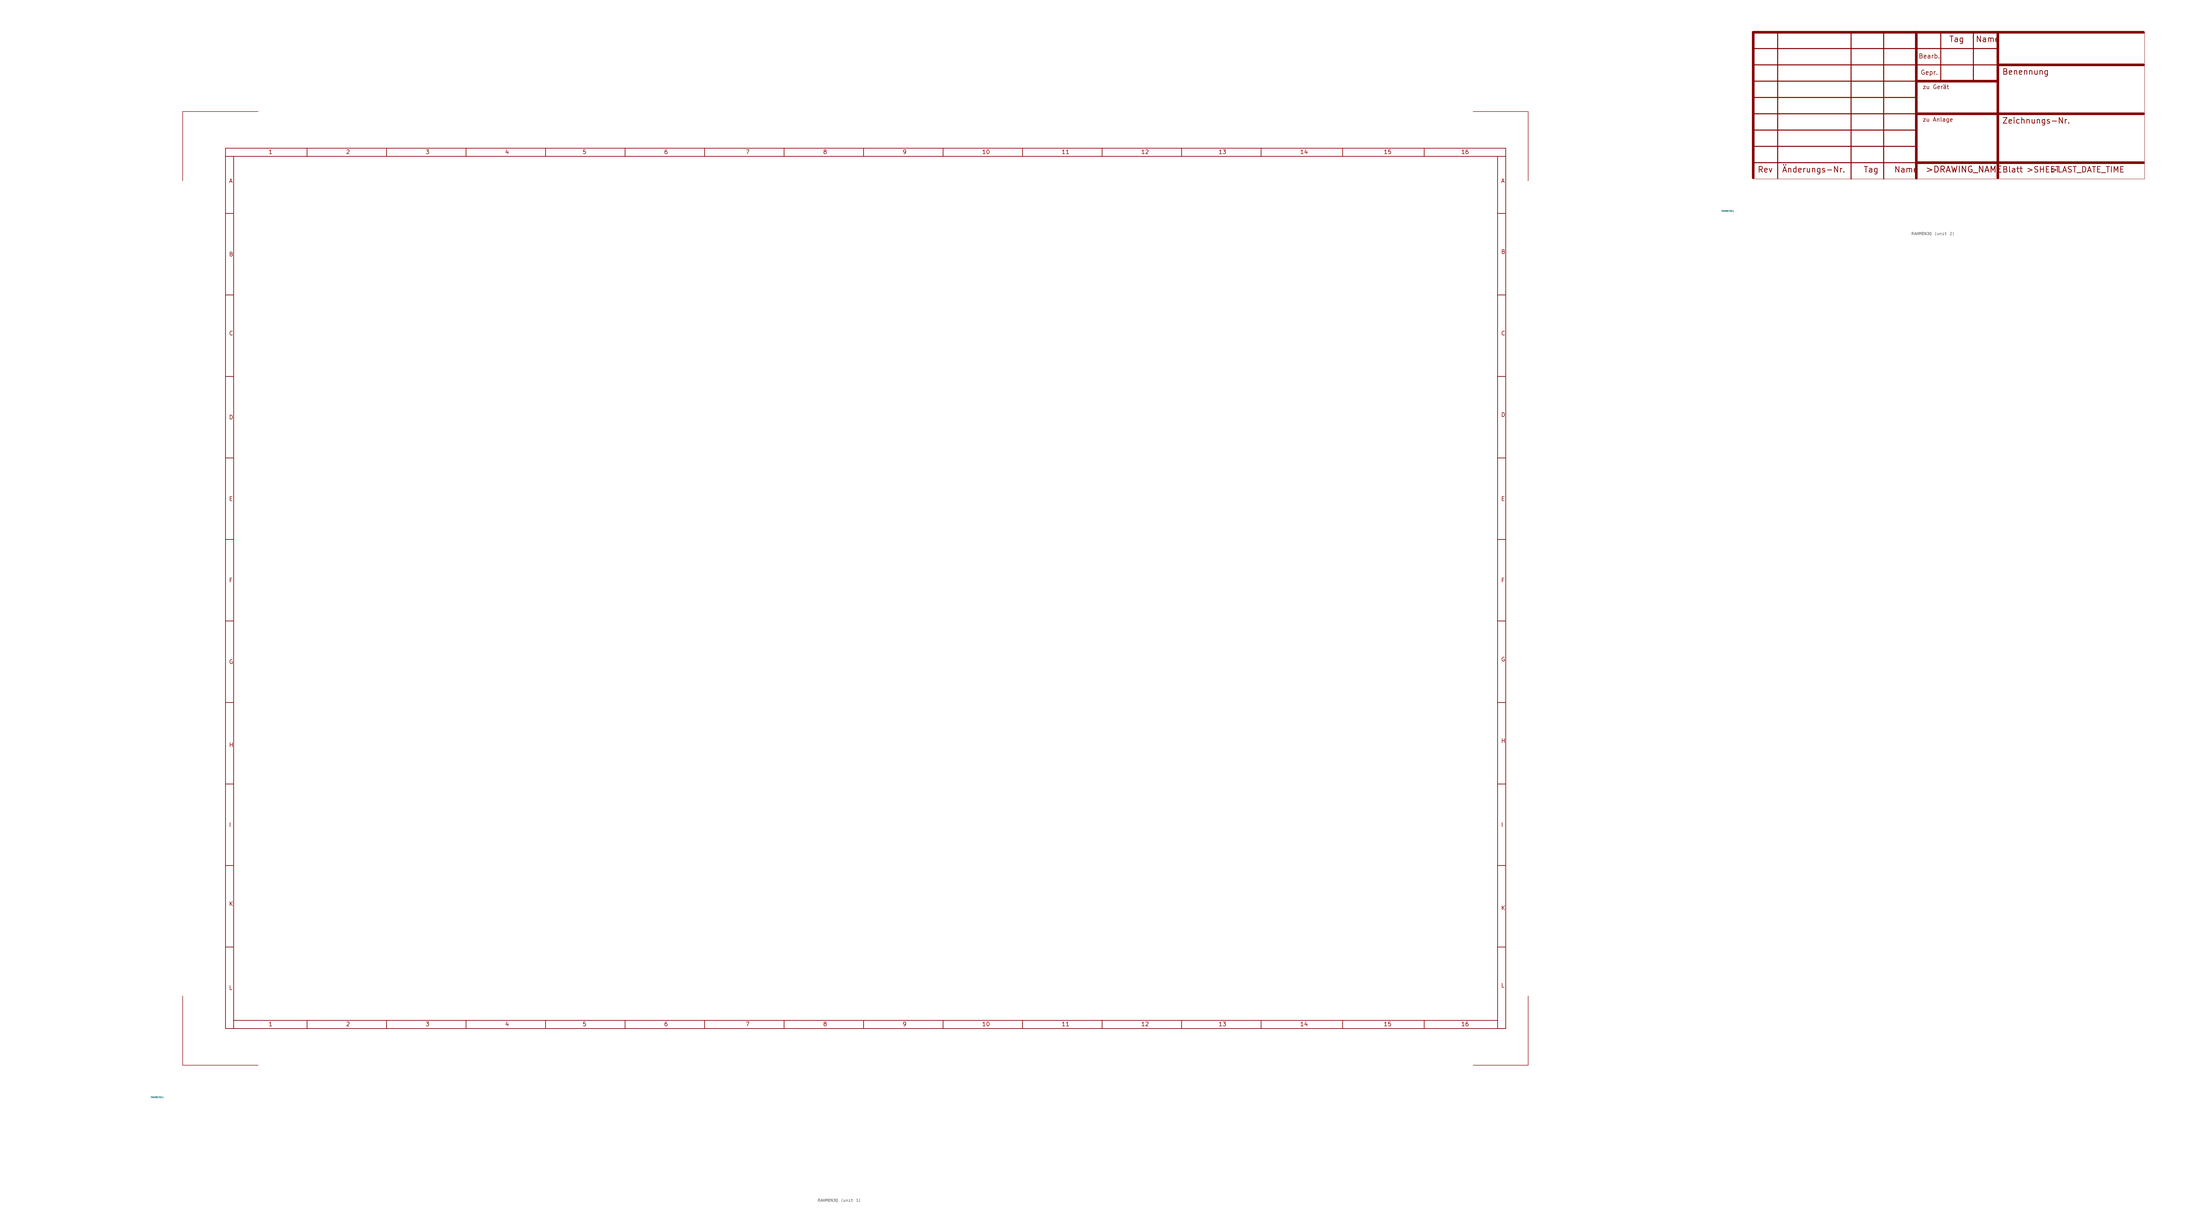
<source format=kicad_sym>
(kicad_symbol_lib
  (version 20220914)
  (generator Eagle2Kicad)
  (symbol "RAHMEN3Q"
    (property "Reference" "FRAME"
      (at -10 -10 0)
      (effects (font (size 0.5 0.5) (thickness 0.06)) (justify left)))
    (property "Value" "RAHMEN3Q"
      (at -10 -10 0)
      (effects (font (size 0.5 0.5) (thickness 0.06)) (justify left)))
    (symbol "RAHMEN3Q_1_0"
      (polyline (pts (xy 13.335 11.43) (xy 15.875 11.43)) (stroke (width 0.203) (type default)) (fill (type none)))
      (polyline (pts (xy 15.875 11.43) (xy 15.875 13.97)) (stroke (width 0.203) (type default)) (fill (type none)))
      (polyline (pts (xy 38.735 11.43) (xy 38.735 13.97)) (stroke (width 0.203) (type default)) (fill (type none)))
      (polyline (pts (xy 63.5 11.43) (xy 63.5 13.97)) (stroke (width 0.203) (type default)) (fill (type none)))
      (polyline (pts (xy 88.265 11.43) (xy 88.265 13.97)) (stroke (width 0.203) (type default)) (fill (type none)))
      (polyline (pts (xy 113.03 11.43) (xy 113.03 13.97)) (stroke (width 0.203) (type default)) (fill (type none)))
      (polyline (pts (xy 137.795 11.43) (xy 137.795 13.97)) (stroke (width 0.203) (type default)) (fill (type none)))
      (polyline (pts (xy 162.56 11.43) (xy 162.56 13.97)) (stroke (width 0.203) (type default)) (fill (type none)))
      (polyline (pts (xy 187.325 11.43) (xy 187.325 13.97)) (stroke (width 0.203) (type default)) (fill (type none)))
      (polyline (pts (xy 212.09 11.43) (xy 212.09 13.97)) (stroke (width 0.203) (type default)) (fill (type none)))
      (polyline (pts (xy 236.855 11.43) (xy 236.855 13.97)) (stroke (width 0.203) (type default)) (fill (type none)))
      (polyline (pts (xy 261.62 11.43) (xy 261.62 13.97)) (stroke (width 0.203) (type default)) (fill (type none)))
      (polyline (pts (xy 286.385 11.43) (xy 286.385 13.97)) (stroke (width 0.203) (type default)) (fill (type none)))
      (polyline (pts (xy 311.15 11.43) (xy 311.15 13.97)) (stroke (width 0.203) (type default)) (fill (type none)))
      (polyline (pts (xy 335.915 11.43) (xy 335.915 13.97)) (stroke (width 0.203) (type default)) (fill (type none)))
      (polyline (pts (xy 361.315 11.43) (xy 361.315 13.97)) (stroke (width 0.203) (type default)) (fill (type none)))
      (polyline (pts (xy 386.715 11.43) (xy 386.715 13.97)) (stroke (width 0.203) (type default)) (fill (type none)))
      (polyline (pts (xy 412.115 11.43) (xy 409.575 11.43)) (stroke (width 0.203) (type default)) (fill (type none)))
      (polyline (pts (xy 409.575 11.43) (xy 409.575 13.97)) (stroke (width 0.203) (type default)) (fill (type none)))
      (polyline (pts (xy 409.575 36.83) (xy 412.115 36.83)) (stroke (width 0.203) (type default)) (fill (type none)))
      (polyline (pts (xy 409.575 62.23) (xy 412.115 62.23)) (stroke (width 0.203) (type default)) (fill (type none)))
      (polyline (pts (xy 409.575 87.63) (xy 412.115 87.63)) (stroke (width 0.203) (type default)) (fill (type none)))
      (polyline (pts (xy 409.575 113.03) (xy 412.115 113.03)) (stroke (width 0.203) (type default)) (fill (type none)))
      (polyline (pts (xy 409.575 138.43) (xy 412.115 138.43)) (stroke (width 0.203) (type default)) (fill (type none)))
      (polyline (pts (xy 409.575 163.83) (xy 412.115 163.83)) (stroke (width 0.203) (type default)) (fill (type none)))
      (polyline (pts (xy 409.575 189.23) (xy 412.115 189.23)) (stroke (width 0.203) (type default)) (fill (type none)))
      (polyline (pts (xy 409.575 214.63) (xy 412.115 214.63)) (stroke (width 0.203) (type default)) (fill (type none)))
      (polyline (pts (xy 409.575 240.03) (xy 412.115 240.03)) (stroke (width 0.203) (type default)) (fill (type none)))
      (polyline (pts (xy 409.575 265.43) (xy 412.115 265.43)) (stroke (width 0.203) (type default)) (fill (type none)))
      (polyline (pts (xy 409.575 283.21) (xy 412.115 283.21)) (stroke (width 0.203) (type default)) (fill (type none)))
      (polyline (pts (xy 412.115 283.21) (xy 412.115 285.75)) (stroke (width 0.203) (type default)) (fill (type none)))
      (polyline (pts (xy 386.715 283.21) (xy 386.715 285.75)) (stroke (width 0.203) (type default)) (fill (type none)))
      (polyline (pts (xy 361.315 283.21) (xy 361.315 285.75)) (stroke (width 0.203) (type default)) (fill (type none)))
      (polyline (pts (xy 335.915 283.21) (xy 335.915 285.75)) (stroke (width 0.203) (type default)) (fill (type none)))
      (polyline (pts (xy 311.15 283.21) (xy 311.15 285.75)) (stroke (width 0.203) (type default)) (fill (type none)))
      (polyline (pts (xy 286.385 283.21) (xy 286.385 285.75)) (stroke (width 0.203) (type default)) (fill (type none)))
      (polyline (pts (xy 261.62 283.21) (xy 261.62 285.75)) (stroke (width 0.203) (type default)) (fill (type none)))
      (polyline (pts (xy 236.855 283.21) (xy 236.855 285.75)) (stroke (width 0.203) (type default)) (fill (type none)))
      (polyline (pts (xy 212.09 283.21) (xy 212.09 285.75)) (stroke (width 0.203) (type default)) (fill (type none)))
      (polyline (pts (xy 187.325 283.21) (xy 187.325 285.75)) (stroke (width 0.203) (type default)) (fill (type none)))
      (polyline (pts (xy 162.56 283.21) (xy 162.56 285.75)) (stroke (width 0.203) (type default)) (fill (type none)))
      (polyline (pts (xy 137.795 283.21) (xy 137.795 285.75)) (stroke (width 0.203) (type default)) (fill (type none)))
      (polyline (pts (xy 113.03 283.21) (xy 113.03 285.75)) (stroke (width 0.203) (type default)) (fill (type none)))
      (polyline (pts (xy 88.265 283.21) (xy 88.265 285.75)) (stroke (width 0.203) (type default)) (fill (type none)))
      (polyline (pts (xy 63.5 283.21) (xy 63.5 285.75)) (stroke (width 0.203) (type default)) (fill (type none)))
      (polyline (pts (xy 38.735 283.21) (xy 38.735 285.75)) (stroke (width 0.203) (type default)) (fill (type none)))
      (polyline (pts (xy 13.335 265.43) (xy 15.875 265.43)) (stroke (width 0.203) (type default)) (fill (type none)))
      (polyline (pts (xy 13.335 240.03) (xy 15.875 240.03)) (stroke (width 0.203) (type default)) (fill (type none)))
      (polyline (pts (xy 13.335 214.63) (xy 15.875 214.63)) (stroke (width 0.203) (type default)) (fill (type none)))
      (polyline (pts (xy 13.335 189.23) (xy 15.875 189.23)) (stroke (width 0.203) (type default)) (fill (type none)))
      (polyline (pts (xy 13.335 163.83) (xy 15.875 163.83)) (stroke (width 0.203) (type default)) (fill (type none)))
      (polyline (pts (xy 13.335 138.43) (xy 15.875 138.43)) (stroke (width 0.203) (type default)) (fill (type none)))
      (polyline (pts (xy 13.335 113.03) (xy 15.875 113.03)) (stroke (width 0.203) (type default)) (fill (type none)))
      (polyline (pts (xy 13.335 87.63) (xy 15.875 87.63)) (stroke (width 0.203) (type default)) (fill (type none)))
      (polyline (pts (xy 13.335 62.23) (xy 15.875 62.23)) (stroke (width 0.203) (type default)) (fill (type none)))
      (polyline (pts (xy 13.335 36.83) (xy 15.875 36.83)) (stroke (width 0.203) (type default)) (fill (type none)))
      (polyline (pts (xy 412.115 11.43) (xy 412.115 283.21)) (stroke (width 0.203) (type default)) (fill (type none)))
      (polyline (pts (xy 412.115 285.75) (xy 13.335 285.75)) (stroke (width 0.203) (type default)) (fill (type none)))
      (polyline (pts (xy 13.335 285.75) (xy 13.335 283.21)) (stroke (width 0.203) (type default)) (fill (type none)))
      (polyline (pts (xy 13.335 283.21) (xy 13.335 11.43)) (stroke (width 0.203) (type default)) (fill (type none)))
      (polyline (pts (xy 15.875 13.97) (xy 409.575 13.97)) (stroke (width 0.203) (type default)) (fill (type none)))
      (polyline (pts (xy 409.575 13.97) (xy 409.575 283.21)) (stroke (width 0.203) (type default)) (fill (type none)))
      (polyline (pts (xy 409.575 283.21) (xy 15.875 283.21)) (stroke (width 0.203) (type default)) (fill (type none)))
      (polyline (pts (xy 15.875 283.21) (xy 13.335 283.21)) (stroke (width 0.203) (type default)) (fill (type none)))
      (polyline (pts (xy 15.875 283.21) (xy 15.875 13.97)) (stroke (width 0.203) (type default)) (fill (type none)))
      (polyline (pts (xy 419.1 297.18) (xy 419.1 275.59)) (stroke (width 0) (type default)) (fill (type none)))
      (polyline (pts (xy 419.1 297.18) (xy 401.955 297.18)) (stroke (width 0) (type default)) (fill (type none)))
      (polyline (pts (xy 419.1 0) (xy 401.955 0)) (stroke (width 0) (type default)) (fill (type none)))
      (polyline (pts (xy 419.1 0) (xy 419.1 21.59)) (stroke (width 0) (type default)) (fill (type none)))
      (polyline (pts (xy 0 0) (xy 0 21.59)) (stroke (width 0) (type default)) (fill (type none)))
      (polyline (pts (xy 0 0) (xy 23.495 0)) (stroke (width 0) (type default)) (fill (type none)))
      (polyline (pts (xy 0 297.18) (xy 23.495 297.18)) (stroke (width 0) (type default)) (fill (type none)))
      (polyline (pts (xy 0 297.18) (xy 0 275.59)) (stroke (width 0) (type default)) (fill (type none)))
      (polyline (pts (xy 15.875 11.43) (xy 412.115 11.43)) (stroke (width 0.203) (type default)) (fill (type none)))
      (text "1" (at 26.67 12.065 0) (effects (font (size 1.27 1.27) (thickness 0.16)) (justify left bottom)))
      (text "2" (at 50.8 12.065 0) (effects (font (size 1.27 1.27) (thickness 0.16)) (justify left bottom)))
      (text "3" (at 75.565 12.065 0) (effects (font (size 1.27 1.27) (thickness 0.16)) (justify left bottom)))
      (text "4" (at 100.33 12.065 0) (effects (font (size 1.27 1.27) (thickness 0.16)) (justify left bottom)))
      (text "5" (at 124.46 12.065 0) (effects (font (size 1.27 1.27) (thickness 0.16)) (justify left bottom)))
      (text "6" (at 149.86 12.065 0) (effects (font (size 1.27 1.27) (thickness 0.16)) (justify left bottom)))
      (text "7" (at 175.26 12.065 0) (effects (font (size 1.27 1.27) (thickness 0.16)) (justify left bottom)))
      (text "8" (at 199.39 12.065 0) (effects (font (size 1.27 1.27) (thickness 0.16)) (justify left bottom)))
      (text "9" (at 224.155 12.065 0) (effects (font (size 1.27 1.27) (thickness 0.16)) (justify left bottom)))
      (text "10" (at 248.92 12.065 0) (effects (font (size 1.27 1.27) (thickness 0.16)) (justify left bottom)))
      (text "11" (at 273.685 12.065 0) (effects (font (size 1.27 1.27) (thickness 0.16)) (justify left bottom)))
      (text "12" (at 298.45 12.065 0) (effects (font (size 1.27 1.27) (thickness 0.16)) (justify left bottom)))
      (text "13" (at 322.58 12.065 0) (effects (font (size 1.27 1.27) (thickness 0.16)) (justify left bottom)))
      (text "14" (at 347.98 12.065 0) (effects (font (size 1.27 1.27) (thickness 0.16)) (justify left bottom)))
      (text "15" (at 374.015 12.065 0) (effects (font (size 1.27 1.27) (thickness 0.16)) (justify left bottom)))
      (text "16" (at 398.145 12.065 0) (effects (font (size 1.27 1.27) (thickness 0.16)) (justify left bottom)))
      (text "L" (at 410.591 24.13 0) (effects (font (size 1.27 1.27) (thickness 0.16)) (justify left bottom)))
      (text "K" (at 410.591 48.26 0) (effects (font (size 1.27 1.27) (thickness 0.16)) (justify left bottom)))
      (text "I" (at 410.591 74.168 0) (effects (font (size 1.27 1.27) (thickness 0.16)) (justify left bottom)))
      (text "H" (at 410.591 100.33 0) (effects (font (size 1.27 1.27) (thickness 0.16)) (justify left bottom)))
      (text "G" (at 410.591 125.73 0) (effects (font (size 1.27 1.27) (thickness 0.16)) (justify left bottom)))
      (text "F" (at 410.591 150.368 0) (effects (font (size 1.27 1.27) (thickness 0.16)) (justify left bottom)))
      (text "E" (at 410.591 175.768 0) (effects (font (size 1.27 1.27) (thickness 0.16)) (justify left bottom)))
      (text "D" (at 410.591 201.93 0) (effects (font (size 1.27 1.27) (thickness 0.16)) (justify left bottom)))
      (text "C" (at 410.591 227.33 0) (effects (font (size 1.27 1.27) (thickness 0.16)) (justify left bottom)))
      (text "B" (at 410.591 252.73 0) (effects (font (size 1.27 1.27) (thickness 0.16)) (justify left bottom)))
      (text "A" (at 410.591 274.828 0) (effects (font (size 1.27 1.27) (thickness 0.16)) (justify left bottom)))
      (text "16" (at 398.145 283.845 0) (effects (font (size 1.27 1.27) (thickness 0.16)) (justify left bottom)))
      (text "15" (at 374.015 283.845 0) (effects (font (size 1.27 1.27) (thickness 0.16)) (justify left bottom)))
      (text "14" (at 347.98 283.845 0) (effects (font (size 1.27 1.27) (thickness 0.16)) (justify left bottom)))
      (text "13" (at 322.58 283.845 0) (effects (font (size 1.27 1.27) (thickness 0.16)) (justify left bottom)))
      (text "12" (at 298.45 283.845 0) (effects (font (size 1.27 1.27) (thickness 0.16)) (justify left bottom)))
      (text "11" (at 273.685 283.845 0) (effects (font (size 1.27 1.27) (thickness 0.16)) (justify left bottom)))
      (text "10" (at 248.92 283.845 0) (effects (font (size 1.27 1.27) (thickness 0.16)) (justify left bottom)))
      (text "9" (at 224.155 283.845 0) (effects (font (size 1.27 1.27) (thickness 0.16)) (justify left bottom)))
      (text "8" (at 199.39 283.845 0) (effects (font (size 1.27 1.27) (thickness 0.16)) (justify left bottom)))
      (text "7" (at 175.26 283.845 0) (effects (font (size 1.27 1.27) (thickness 0.16)) (justify left bottom)))
      (text "6" (at 149.86 283.845 0) (effects (font (size 1.27 1.27) (thickness 0.16)) (justify left bottom)))
      (text "5" (at 124.46 283.845 0) (effects (font (size 1.27 1.27) (thickness 0.16)) (justify left bottom)))
      (text "4" (at 100.33 283.845 0) (effects (font (size 1.27 1.27) (thickness 0.16)) (justify left bottom)))
      (text "3" (at 75.565 283.845 0) (effects (font (size 1.27 1.27) (thickness 0.16)) (justify left bottom)))
      (text "2" (at 50.8 283.845 0) (effects (font (size 1.27 1.27) (thickness 0.16)) (justify left bottom)))
      (text "1" (at 26.67 283.845 0) (effects (font (size 1.27 1.27) (thickness 0.16)) (justify left bottom)))
      (text "A" (at 14.351 274.828 0) (effects (font (size 1.27 1.27) (thickness 0.16)) (justify left bottom)))
      (text "B" (at 14.351 251.968 0) (effects (font (size 1.27 1.27) (thickness 0.16)) (justify left bottom)))
      (text "C" (at 14.351 227.33 0) (effects (font (size 1.27 1.27) (thickness 0.16)) (justify left bottom)))
      (text "D" (at 14.351 201.168 0) (effects (font (size 1.27 1.27) (thickness 0.16)) (justify left bottom)))
      (text "E" (at 14.351 175.768 0) (effects (font (size 1.27 1.27) (thickness 0.16)) (justify left bottom)))
      (text "F" (at 14.351 150.368 0) (effects (font (size 1.27 1.27) (thickness 0.16)) (justify left bottom)))
      (text "G" (at 14.351 124.968 0) (effects (font (size 1.27 1.27) (thickness 0.16)) (justify left bottom)))
      (text "H" (at 14.351 99.06 0) (effects (font (size 1.27 1.27) (thickness 0.16)) (justify left bottom)))
      (text "I" (at 14.351 74.168 0) (effects (font (size 1.27 1.27) (thickness 0.16)) (justify left bottom)))
      (text "K" (at 14.351 49.53 0) (effects (font (size 1.27 1.27) (thickness 0.16)) (justify left bottom)))
      (text "L" (at 14.351 23.368 0) (effects (font (size 1.27 1.27) (thickness 0.16)) (justify left bottom))))
    (symbol "RAHMEN3Q_2_0"
      (polyline (pts (xy 50.8 0.254) (xy 50.825 0)) (stroke (width 0.254) (type default)) (fill (type none)))
      (polyline (pts (xy 0 40.64) (xy 76.2 40.64)) (stroke (width 0.305) (type default)) (fill (type none)))
      (polyline (pts (xy 76.2 35.56) (xy 0 35.56)) (stroke (width 0.305) (type default)) (fill (type none)))
      (polyline (pts (xy 0 30.48) (xy 50.8 30.48)) (stroke (width 0.305) (type default)) (fill (type none)))
      (polyline (pts (xy 50.8 25.4) (xy 0 25.4)) (stroke (width 0.305) (type default)) (fill (type none)))
      (polyline (pts (xy 0 20.32) (xy 50.8 20.32)) (stroke (width 0.305) (type default)) (fill (type none)))
      (polyline (pts (xy 50.8 15.24) (xy 0 15.24)) (stroke (width 0.305) (type default)) (fill (type none)))
      (polyline (pts (xy 0 10.16) (xy 50.8 10.16)) (stroke (width 0.305) (type default)) (fill (type none)))
      (polyline (pts (xy 50.8 5.08) (xy 0 5.08)) (stroke (width 0.305) (type default)) (fill (type none)))
      (polyline (pts (xy 7.62 0.127) (xy 7.62 45.72)) (stroke (width 0.305) (type default)) (fill (type none)))
      (polyline (pts (xy 30.48 45.72) (xy 30.48 0)) (stroke (width 0.305) (type default)) (fill (type none)))
      (polyline (pts (xy 40.64 0) (xy 40.64 45.72)) (stroke (width 0.305) (type default)) (fill (type none)))
      (polyline (pts (xy 58.42 45.72) (xy 58.42 30.48)) (stroke (width 0.305) (type default)) (fill (type none)))
      (polyline (pts (xy 68.58 30.48) (xy 68.58 45.72)) (stroke (width 0.305) (type default)) (fill (type none)))
      (polyline (pts (xy 50.8 45.72) (xy 50.8 30.48)) (stroke (width 0.813) (type default)) (fill (type none)))
      (polyline (pts (xy 76.2 0.381) (xy 76.2 30.48)) (stroke (width 0.813) (type default)) (fill (type none)))
      (polyline (pts (xy 76.2 30.48) (xy 50.8 30.48)) (stroke (width 0.813) (type default)) (fill (type none)))
      (polyline (pts (xy 76.2 30.48) (xy 76.2 35.56)) (stroke (width 0.813) (type default)) (fill (type none)))
      (polyline (pts (xy 50.8 30.48) (xy 50.8 20.32)) (stroke (width 0.813) (type default)) (fill (type none)))
      (polyline (pts (xy 50.8 20.32) (xy 121.539 20.32)) (stroke (width 0.813) (type default)) (fill (type none)))
      (polyline (pts (xy 50.8 20.32) (xy 50.8 5.08)) (stroke (width 0.813) (type default)) (fill (type none)))
      (polyline (pts (xy 121.539 5.08) (xy 50.8 5.08)) (stroke (width 0.813) (type default)) (fill (type none)))
      (polyline (pts (xy 50.8 5.08) (xy 50.8 0.254)) (stroke (width 0.813) (type default)) (fill (type none)))
      (polyline (pts (xy 76.2 35.56) (xy 121.539 35.56)) (stroke (width 0.813) (type default)) (fill (type none)))
      (polyline (pts (xy 76.2 35.56) (xy 76.2 45.72)) (stroke (width 0.813) (type default)) (fill (type none)))
      (polyline (pts (xy 121.539 45.72) (xy 0 45.72)) (stroke (width 0.813) (type default)) (fill (type none)))
      (polyline (pts (xy 0 45.72) (xy 0 0.381)) (stroke (width 0.813) (type default)) (fill (type none)))
      (polyline (pts (xy 0 0) (xy 121.92 0)) (stroke (width 0.102) (type default)) (fill (type none)))
      (polyline (pts (xy 121.92 0) (xy 121.92 45.72)) (stroke (width 0.102) (type default)) (fill (type none)))
      (text "Rev" (at 1.27 1.905 0) (effects (font (size 1.778 1.778) (thickness 0.22)) (justify left bottom)))
      (text "Änderungs-Nr." (at 8.89 1.905 0) (effects (font (size 1.778 1.778) (thickness 0.22)) (justify left bottom)))
      (text "Tag" (at 34.29 1.905 0) (effects (font (size 1.778 1.778) (thickness 0.22)) (justify left bottom)))
      (text "Name" (at 43.815 1.905 0) (effects (font (size 1.778 1.778) (thickness 0.22)) (justify left bottom)))
      (text "Bearb." (at 51.435 37.465 0) (effects (font (size 1.397 1.397) (thickness 0.17)) (justify left bottom)))
      (text "Gepr." (at 52.07 32.385 0) (effects (font (size 1.397 1.397) (thickness 0.17)) (justify left bottom)))
      (text "Tag" (at 60.96 42.545 0) (effects (font (size 1.778 1.778) (thickness 0.22)) (justify left bottom)))
      (text "Name" (at 69.215 42.545 0) (effects (font (size 1.778 1.778) (thickness 0.22)) (justify left bottom)))
      (text "Benennung" (at 77.47 32.385 0) (effects (font (size 1.778 1.778) (thickness 0.22)) (justify left bottom)))
      (text "Zeichnungs-Nr." (at 77.47 17.145 0) (effects (font (size 1.778 1.778) (thickness 0.22)) (justify left bottom)))
      (text ">DRAWING_NAME" (at 53.594 1.88 0) (effects (font (size 1.905 1.905) (thickness 0.24)) (justify left bottom)))
      (text "zu Gerät" (at 52.705 27.94 0) (effects (font (size 1.27 1.27) (thickness 0.16)) (justify left bottom)))
      (text "zu Anlage" (at 52.705 17.78 0) (effects (font (size 1.27 1.27) (thickness 0.16)) (justify left bottom)))
      (text ">SHEET" (at 84.963 1.905 0) (effects (font (size 1.778 1.778) (thickness 0.22)) (justify left bottom)))
      (text ">LAST_DATE_TIME" (at 92.456 1.905 0) (effects (font (size 1.778 1.778) (thickness 0.22)) (justify left bottom)))
      (text "Blatt" (at 77.47 1.905 0) (effects (font (size 1.778 1.778) (thickness 0.22)) (justify left bottom))))))
</source>
